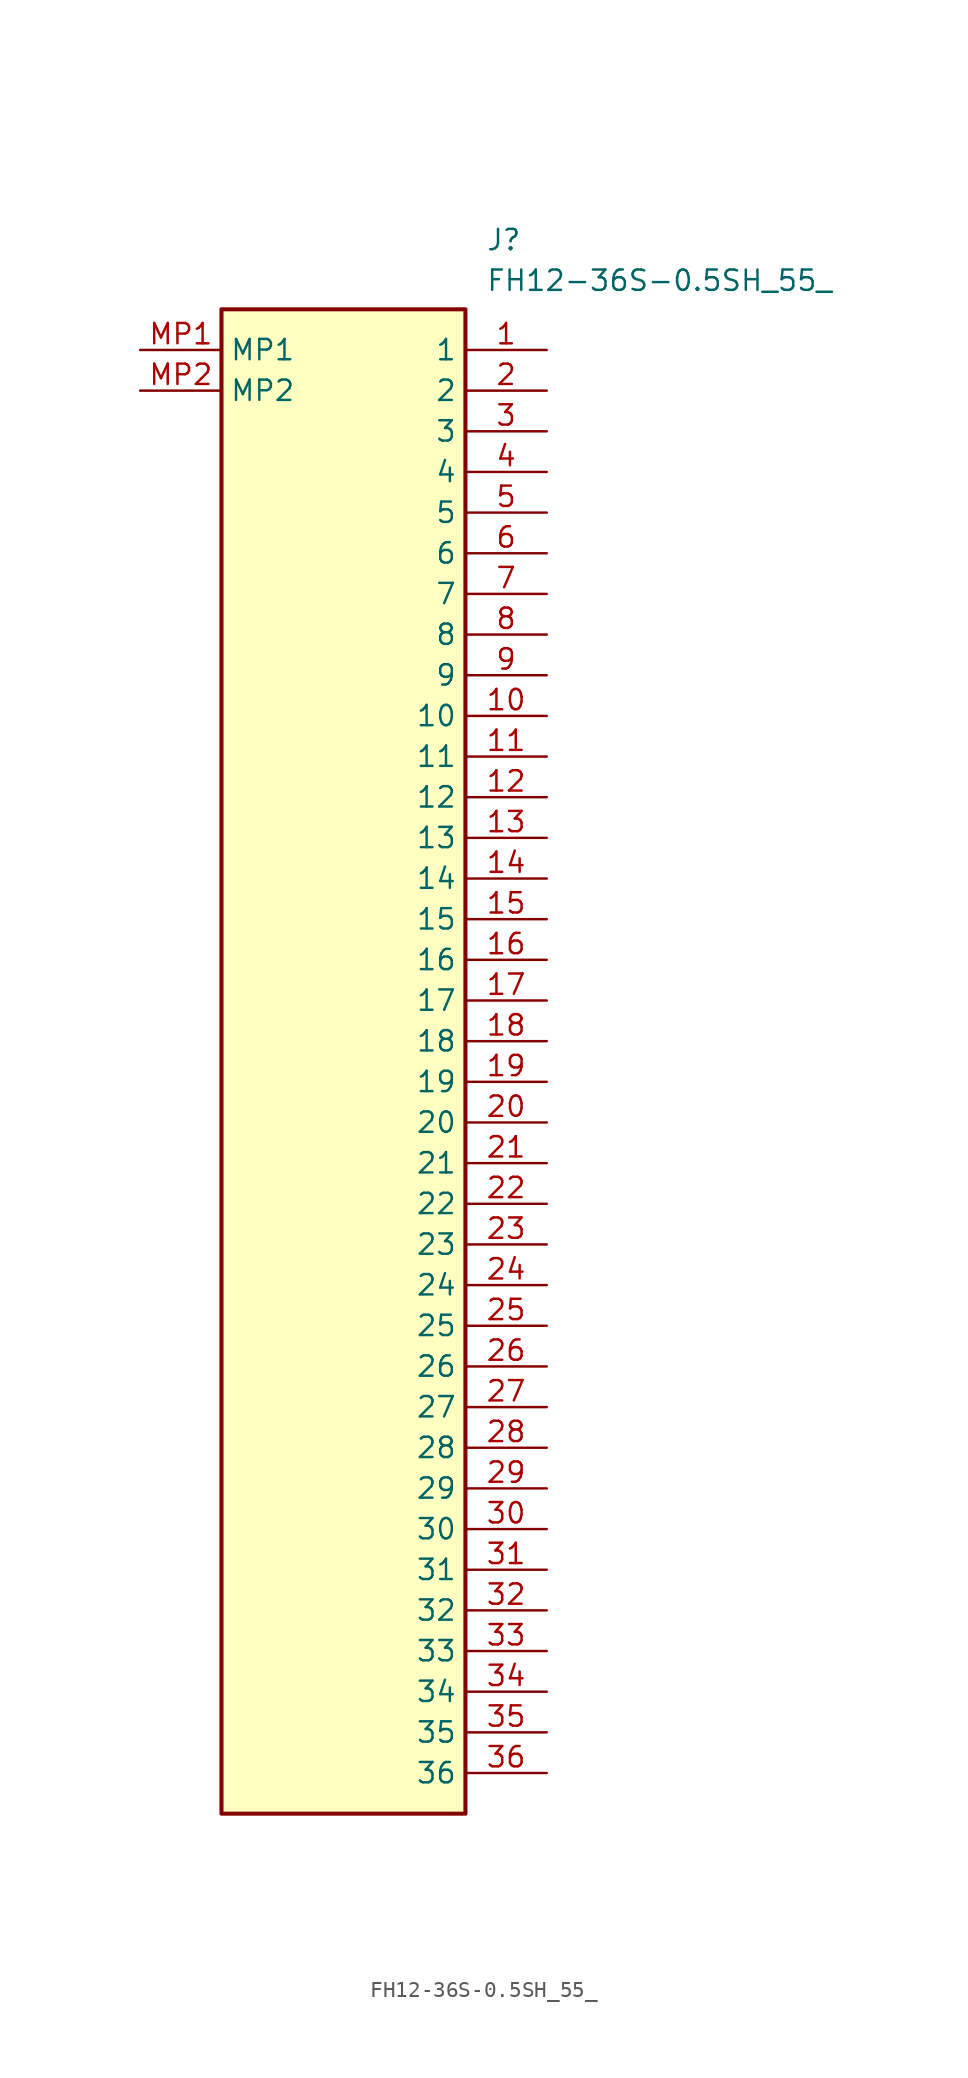
<source format=kicad_sym>
(kicad_symbol_lib
  (version 20211014)
  (generator SamacSys_ECAD_Model)
  (symbol "FH12-36S-0.5SH_55_"
    (property "Reference" "J"
      (at 21.59 7.62 0)
      (effects (font (size 1.27 1.27)) (justify left top)))
    (property "Value" "FH12-36S-0.5SH_55_"
      (at 21.59 5.08 0)
      (effects (font (size 1.27 1.27)) (justify left top)))
    (rectangle
      (start 5.08 2.54)
      (end 20.32 -91.44)
      (stroke (width 0.254) (type default))
      (fill (type background)))
    (pin passive line
      (at 25.4 0 180)
      (length 5.08)
      (name "1" (effects (font (size 1.27 1.27))))
      (number "1" (effects (font (size 1.27 1.27)))))
    (pin passive line
      (at 25.4 -2.54 180)
      (length 5.08)
      (name "2" (effects (font (size 1.27 1.27))))
      (number "2" (effects (font (size 1.27 1.27)))))
    (pin passive line
      (at 25.4 -5.08 180)
      (length 5.08)
      (name "3" (effects (font (size 1.27 1.27))))
      (number "3" (effects (font (size 1.27 1.27)))))
    (pin passive line
      (at 25.4 -7.62 180)
      (length 5.08)
      (name "4" (effects (font (size 1.27 1.27))))
      (number "4" (effects (font (size 1.27 1.27)))))
    (pin passive line
      (at 25.4 -10.16 180)
      (length 5.08)
      (name "5" (effects (font (size 1.27 1.27))))
      (number "5" (effects (font (size 1.27 1.27)))))
    (pin passive line
      (at 25.4 -12.7 180)
      (length 5.08)
      (name "6" (effects (font (size 1.27 1.27))))
      (number "6" (effects (font (size 1.27 1.27)))))
    (pin passive line
      (at 25.4 -15.24 180)
      (length 5.08)
      (name "7" (effects (font (size 1.27 1.27))))
      (number "7" (effects (font (size 1.27 1.27)))))
    (pin passive line
      (at 25.4 -17.78 180)
      (length 5.08)
      (name "8" (effects (font (size 1.27 1.27))))
      (number "8" (effects (font (size 1.27 1.27)))))
    (pin passive line
      (at 25.4 -20.32 180)
      (length 5.08)
      (name "9" (effects (font (size 1.27 1.27))))
      (number "9" (effects (font (size 1.27 1.27)))))
    (pin passive line
      (at 25.4 -22.86 180)
      (length 5.08)
      (name "10" (effects (font (size 1.27 1.27))))
      (number "10" (effects (font (size 1.27 1.27)))))
    (pin passive line
      (at 25.4 -25.4 180)
      (length 5.08)
      (name "11" (effects (font (size 1.27 1.27))))
      (number "11" (effects (font (size 1.27 1.27)))))
    (pin passive line
      (at 25.4 -27.94 180)
      (length 5.08)
      (name "12" (effects (font (size 1.27 1.27))))
      (number "12" (effects (font (size 1.27 1.27)))))
    (pin passive line
      (at 25.4 -30.48 180)
      (length 5.08)
      (name "13" (effects (font (size 1.27 1.27))))
      (number "13" (effects (font (size 1.27 1.27)))))
    (pin passive line
      (at 25.4 -33.02 180)
      (length 5.08)
      (name "14" (effects (font (size 1.27 1.27))))
      (number "14" (effects (font (size 1.27 1.27)))))
    (pin passive line
      (at 25.4 -35.56 180)
      (length 5.08)
      (name "15" (effects (font (size 1.27 1.27))))
      (number "15" (effects (font (size 1.27 1.27)))))
    (pin passive line
      (at 25.4 -38.1 180)
      (length 5.08)
      (name "16" (effects (font (size 1.27 1.27))))
      (number "16" (effects (font (size 1.27 1.27)))))
    (pin passive line
      (at 25.4 -40.64 180)
      (length 5.08)
      (name "17" (effects (font (size 1.27 1.27))))
      (number "17" (effects (font (size 1.27 1.27)))))
    (pin passive line
      (at 25.4 -43.18 180)
      (length 5.08)
      (name "18" (effects (font (size 1.27 1.27))))
      (number "18" (effects (font (size 1.27 1.27)))))
    (pin passive line
      (at 25.4 -45.72 180)
      (length 5.08)
      (name "19" (effects (font (size 1.27 1.27))))
      (number "19" (effects (font (size 1.27 1.27)))))
    (pin passive line
      (at 25.4 -48.26 180)
      (length 5.08)
      (name "20" (effects (font (size 1.27 1.27))))
      (number "20" (effects (font (size 1.27 1.27)))))
    (pin passive line
      (at 25.4 -50.8 180)
      (length 5.08)
      (name "21" (effects (font (size 1.27 1.27))))
      (number "21" (effects (font (size 1.27 1.27)))))
    (pin passive line
      (at 25.4 -53.34 180)
      (length 5.08)
      (name "22" (effects (font (size 1.27 1.27))))
      (number "22" (effects (font (size 1.27 1.27)))))
    (pin passive line
      (at 25.4 -55.88 180)
      (length 5.08)
      (name "23" (effects (font (size 1.27 1.27))))
      (number "23" (effects (font (size 1.27 1.27)))))
    (pin passive line
      (at 25.4 -58.42 180)
      (length 5.08)
      (name "24" (effects (font (size 1.27 1.27))))
      (number "24" (effects (font (size 1.27 1.27)))))
    (pin passive line
      (at 25.4 -60.96 180)
      (length 5.08)
      (name "25" (effects (font (size 1.27 1.27))))
      (number "25" (effects (font (size 1.27 1.27)))))
    (pin passive line
      (at 25.4 -63.5 180)
      (length 5.08)
      (name "26" (effects (font (size 1.27 1.27))))
      (number "26" (effects (font (size 1.27 1.27)))))
    (pin passive line
      (at 25.4 -66.04 180)
      (length 5.08)
      (name "27" (effects (font (size 1.27 1.27))))
      (number "27" (effects (font (size 1.27 1.27)))))
    (pin passive line
      (at 25.4 -68.58 180)
      (length 5.08)
      (name "28" (effects (font (size 1.27 1.27))))
      (number "28" (effects (font (size 1.27 1.27)))))
    (pin passive line
      (at 25.4 -71.12 180)
      (length 5.08)
      (name "29" (effects (font (size 1.27 1.27))))
      (number "29" (effects (font (size 1.27 1.27)))))
    (pin passive line
      (at 25.4 -73.66 180)
      (length 5.08)
      (name "30" (effects (font (size 1.27 1.27))))
      (number "30" (effects (font (size 1.27 1.27)))))
    (pin passive line
      (at 25.4 -76.2 180)
      (length 5.08)
      (name "31" (effects (font (size 1.27 1.27))))
      (number "31" (effects (font (size 1.27 1.27)))))
    (pin passive line
      (at 25.4 -78.74 180)
      (length 5.08)
      (name "32" (effects (font (size 1.27 1.27))))
      (number "32" (effects (font (size 1.27 1.27)))))
    (pin passive line
      (at 25.4 -81.28 180)
      (length 5.08)
      (name "33" (effects (font (size 1.27 1.27))))
      (number "33" (effects (font (size 1.27 1.27)))))
    (pin passive line
      (at 25.4 -83.82 180)
      (length 5.08)
      (name "34" (effects (font (size 1.27 1.27))))
      (number "34" (effects (font (size 1.27 1.27)))))
    (pin passive line
      (at 25.4 -86.36 180)
      (length 5.08)
      (name "35" (effects (font (size 1.27 1.27))))
      (number "35" (effects (font (size 1.27 1.27)))))
    (pin passive line
      (at 25.4 -88.9 180)
      (length 5.08)
      (name "36" (effects (font (size 1.27 1.27))))
      (number "36" (effects (font (size 1.27 1.27)))))
    (pin passive line
      (at 0 0 0)
      (length 5.08)
      (name "MP1" (effects (font (size 1.27 1.27))))
      (number "MP1" (effects (font (size 1.27 1.27)))))
    (pin passive line
      (at 0 -2.54 0)
      (length 5.08)
      (name "MP2" (effects (font (size 1.27 1.27))))
      (number "MP2" (effects (font (size 1.27 1.27)))))))
</source>
